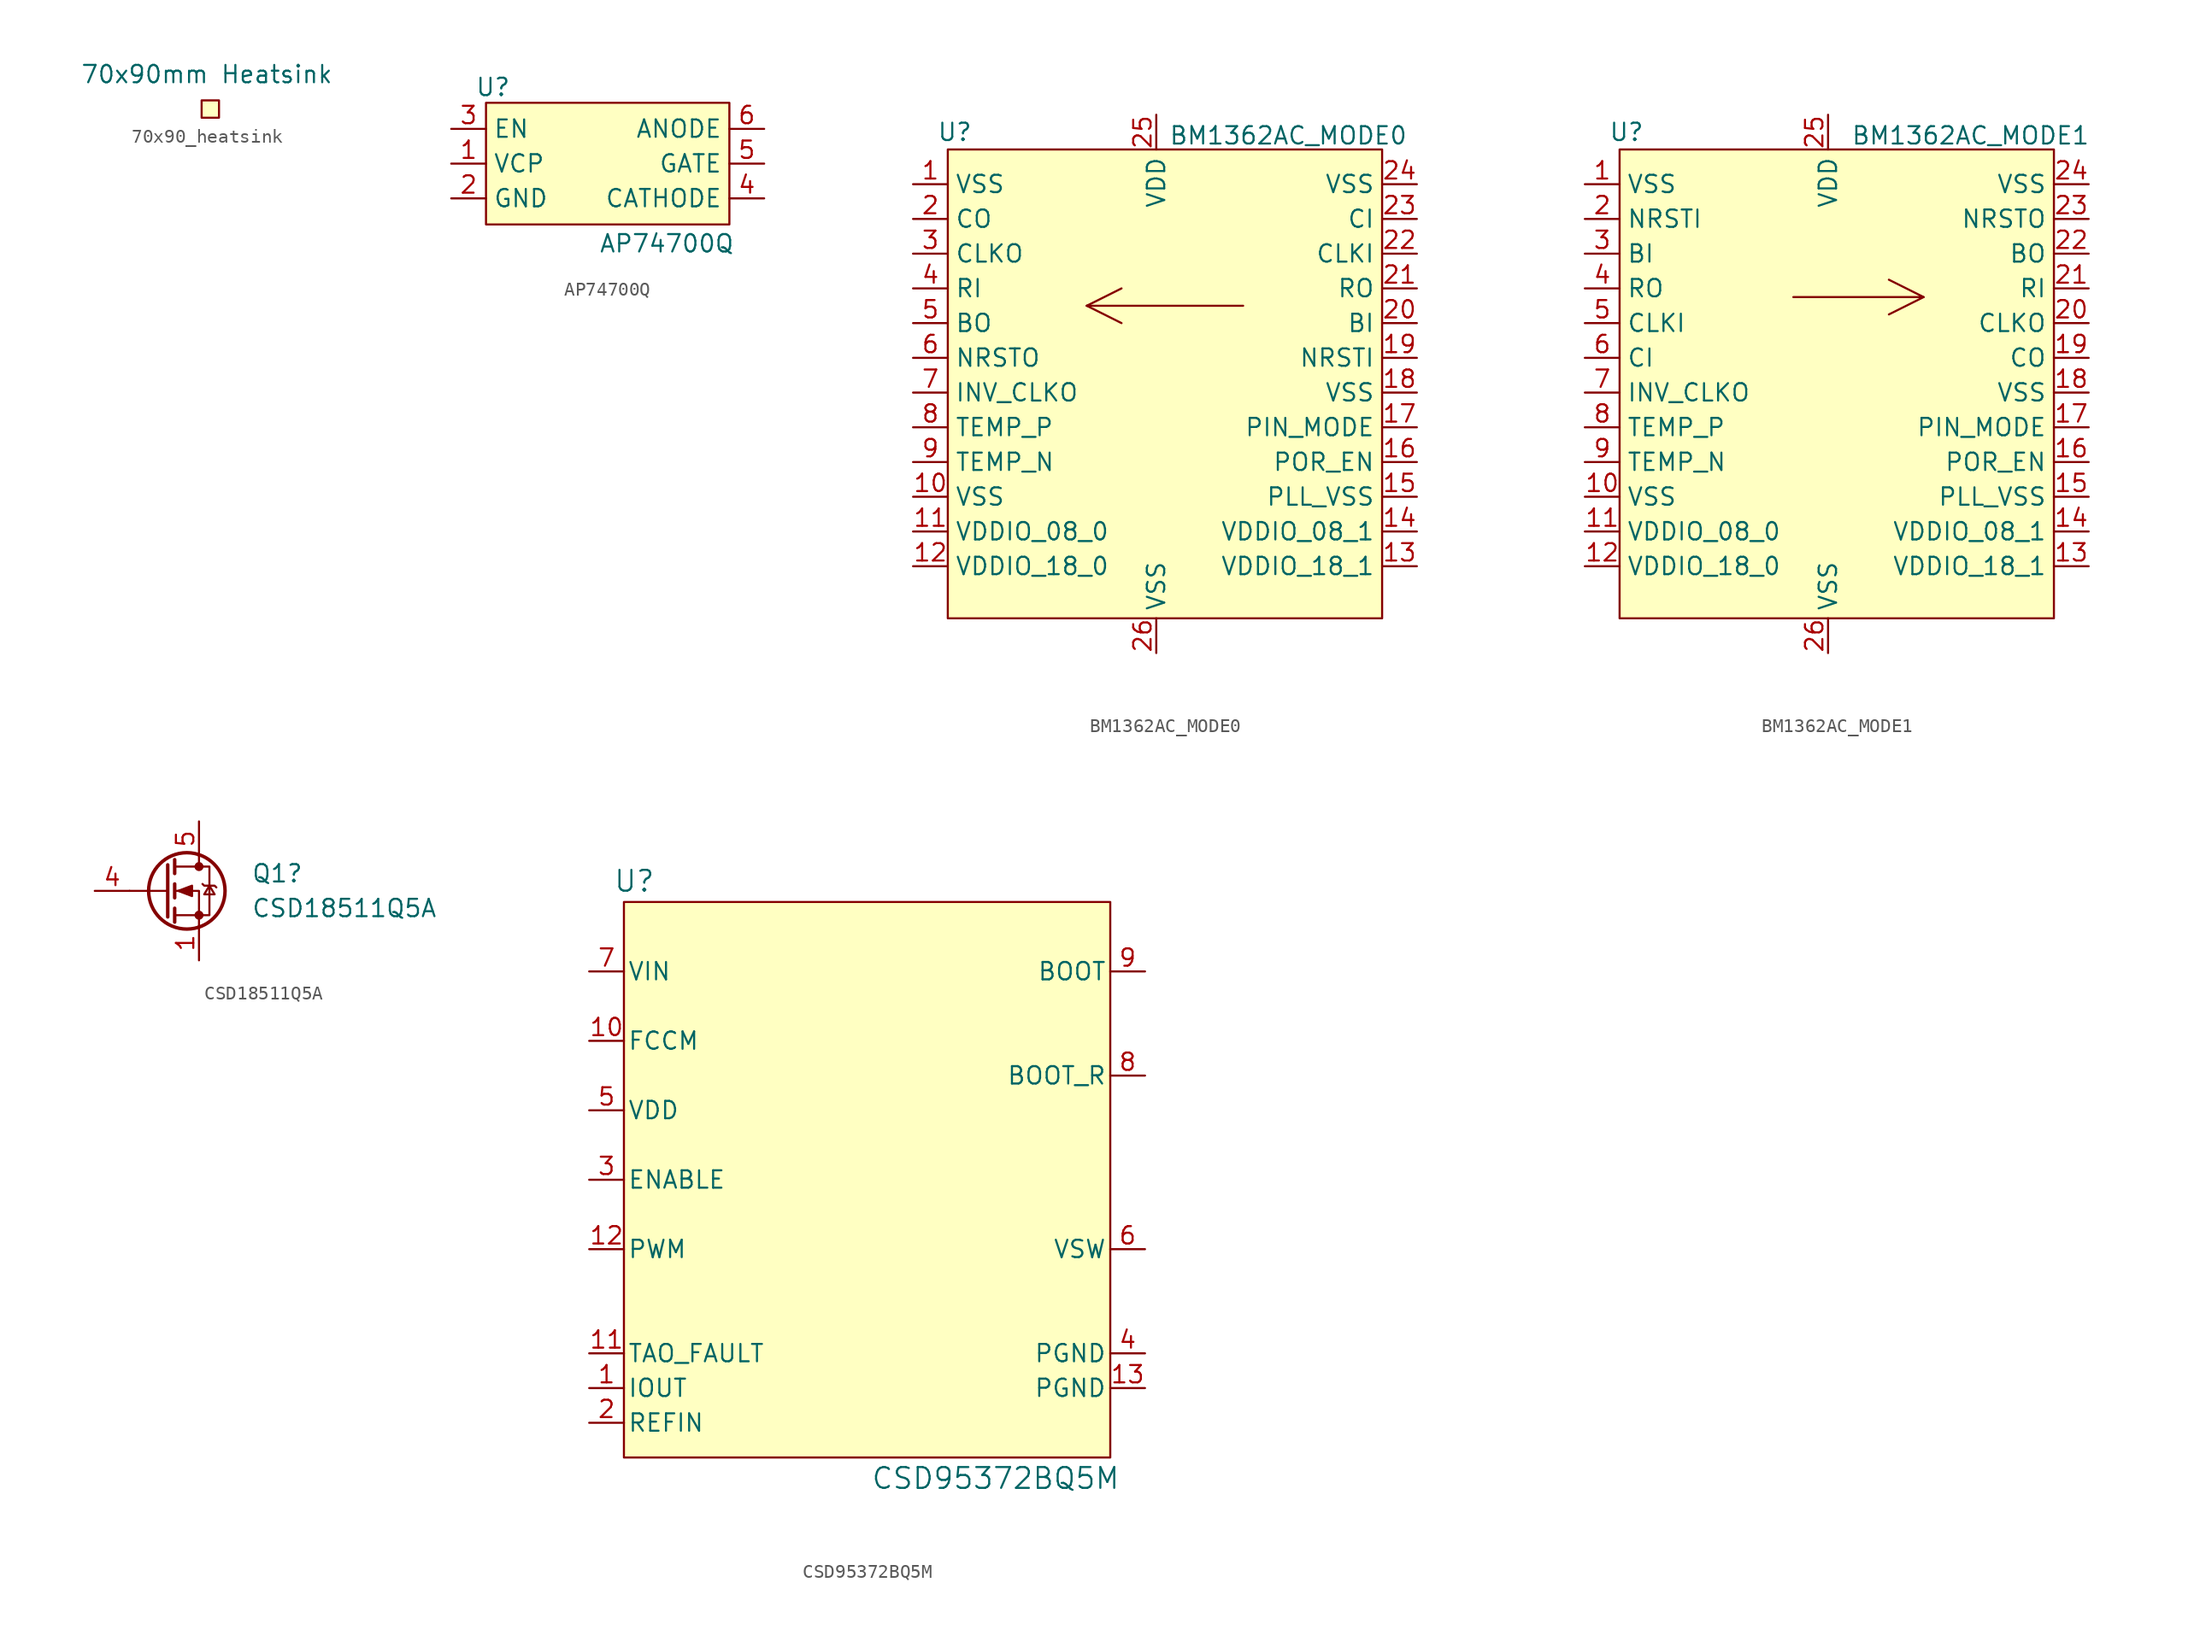
<source format=kicad_sym>
(kicad_symbol_lib
  (version 20241209)
  (generator "kicad_symbol_editor")
  (generator_version "9.0")
  (symbol "70x90_heatsink"
    (property "Reference" "U"
      (at 0 0 0)
      (effects (font (size 1.27 1.27)) (hide yes)))
    (property "Value" "70x90mm Heatsink"
      (at -0.254 2.54 0)
      (effects (font (size 1.27 1.27))))
    (symbol "70x90_heatsink_1_1"
      (rectangle (start -0.635 0.635) (end 0.635 -0.635) (stroke (width 0) (type default)) (fill (type background)))))
  (symbol "AP74700Q"
    (property "Reference" "U"
      (at -8.382 5.588 0)
      (effects (font (size 1.27 1.27))))
    (property "Value" "AP74700Q"
      (at 4.318 -5.842 0)
      (effects (font (size 1.27 1.27))))
    (symbol "AP74700Q_0_0"
      (pin unspecified line (at -11.43 2.54 0) (length 2.54) (name "EN" (effects (font (size 1.27 1.27)))) (number "3" (effects (font (size 1.27 1.27)))))
      (pin unspecified line (at -11.43 0 0) (length 2.54) (name "VCP" (effects (font (size 1.27 1.27)))) (number "1" (effects (font (size 1.27 1.27)))))
      (pin unspecified line (at -11.43 -2.54 0) (length 2.54) (name "GND" (effects (font (size 1.27 1.27)))) (number "2" (effects (font (size 1.27 1.27)))))
      (pin unspecified line (at 11.43 2.54 180) (length 2.54) (name "ANODE" (effects (font (size 1.27 1.27)))) (number "6" (effects (font (size 1.27 1.27)))))
      (pin unspecified line (at 11.43 0 180) (length 2.54) (name "GATE" (effects (font (size 1.27 1.27)))) (number "5" (effects (font (size 1.27 1.27)))))
      (pin unspecified line (at 11.43 -2.54 180) (length 2.54) (name "CATHODE" (effects (font (size 1.27 1.27)))) (number "4" (effects (font (size 1.27 1.27))))))
    (symbol "AP74700Q_1_1"
      (rectangle (start -8.89 4.445) (end 8.89 -4.445) (stroke (width 0) (type solid)) (fill (type background)))))
  (symbol "BM1362AC_MODE0"
    (property "Reference" "U"
      (at -14.732 17.78 0)
      (effects (font (size 1.27 1.27))))
    (property "Value" "BM1362AC_MODE0"
      (at 9.652 17.526 0)
      (effects (font (size 1.27 1.27))))
    (symbol "BM1362AC_MODE0_0_1"
      (polyline (pts (xy -5.08 5.08) (xy -2.54 6.35)) (stroke (width 0) (type default)) (fill (type none)))
      (polyline (pts (xy -5.08 5.08) (xy -2.54 3.81)) (stroke (width 0) (type default)) (fill (type none)))
      (polyline (pts (xy 6.35 5.08) (xy -5.08 5.08)) (stroke (width 0) (type default)) (fill (type none))))
    (symbol "BM1362AC_MODE0_1_0"
      (pin output line (at -17.78 11.43 0) (length 2.54) (name "CO" (effects (font (size 1.27 1.27)))) (number "2" (effects (font (size 1.27 1.27)))))
      (pin output line (at -17.78 8.89 0) (length 2.54) (name "CLKO" (effects (font (size 1.27 1.27)))) (number "3" (effects (font (size 1.27 1.27)))))
      (pin input line (at -17.78 6.35 0) (length 2.54) (name "RI" (effects (font (size 1.27 1.27)))) (number "4" (effects (font (size 1.27 1.27)))))
      (pin output line (at -17.78 3.81 0) (length 2.54) (name "BO" (effects (font (size 1.27 1.27)))) (number "5" (effects (font (size 1.27 1.27)))))
      (pin output line (at -17.78 1.27 0) (length 2.54) (name "NRSTO" (effects (font (size 1.27 1.27)))) (number "6" (effects (font (size 1.27 1.27)))))
      (pin output line (at -17.78 -1.27 0) (length 2.54) (name "INV_CLKO" (effects (font (size 1.27 1.27)))) (number "7" (effects (font (size 1.27 1.27)))))
      (pin bidirectional line (at -17.78 -3.81 0) (length 2.54) (name "TEMP_P" (effects (font (size 1.27 1.27)))) (number "8" (effects (font (size 1.27 1.27)))))
      (pin bidirectional line (at -17.78 -6.35 0) (length 2.54) (name "TEMP_N" (effects (font (size 1.27 1.27)))) (number "9" (effects (font (size 1.27 1.27)))))
      (pin unspecified line (at -17.78 -8.89 0) (length 2.54) (name "VSS" (effects (font (size 1.27 1.27)))) (number "10" (effects (font (size 1.27 1.27)))))
      (pin power_in line (at -17.78 -11.43 0) (length 2.54) (name "VDDIO_08_0" (effects (font (size 1.27 1.27)))) (number "11" (effects (font (size 1.27 1.27)))))
      (pin power_in line (at -17.78 -13.97 0) (length 2.54) (name "VDDIO_18_0" (effects (font (size 1.27 1.27)))) (number "12" (effects (font (size 1.27 1.27)))))
      (pin power_in line (at 0 19.05 270) (length 2.54) (name "VDD" (effects (font (size 1.27 1.27)))) (number "25" (effects (font (size 1.27 1.27)))))
      (pin unspecified line (at 0 -20.32 90) (length 2.54) (name "VSS" (effects (font (size 1.27 1.27)))) (number "26" (effects (font (size 1.27 1.27)))))
      (pin unspecified line (at 19.05 13.97 180) (length 2.54) (name "VSS" (effects (font (size 1.27 1.27)))) (number "24" (effects (font (size 1.27 1.27)))))
      (pin input line (at 19.05 11.43 180) (length 2.54) (name "CI" (effects (font (size 1.27 1.27)))) (number "23" (effects (font (size 1.27 1.27)))))
      (pin input line (at 19.05 8.89 180) (length 2.54) (name "CLKI" (effects (font (size 1.27 1.27)))) (number "22" (effects (font (size 1.27 1.27)))))
      (pin output line (at 19.05 6.35 180) (length 2.54) (name "RO" (effects (font (size 1.27 1.27)))) (number "21" (effects (font (size 1.27 1.27)))))
      (pin input line (at 19.05 3.81 180) (length 2.54) (name "BI" (effects (font (size 1.27 1.27)))) (number "20" (effects (font (size 1.27 1.27)))))
      (pin input line (at 19.05 1.27 180) (length 2.54) (name "NRSTI" (effects (font (size 1.27 1.27)))) (number "19" (effects (font (size 1.27 1.27)))))
      (pin unspecified line (at 19.05 -1.27 180) (length 2.54) (name "VSS" (effects (font (size 1.27 1.27)))) (number "18" (effects (font (size 1.27 1.27)))))
      (pin unspecified line (at 19.05 -3.81 180) (length 2.54) (name "PIN_MODE" (effects (font (size 1.27 1.27)))) (number "17" (effects (font (size 1.27 1.27)))))
      (pin bidirectional line (at 19.05 -6.35 180) (length 2.54) (name "POR_EN" (effects (font (size 1.27 1.27)))) (number "16" (effects (font (size 1.27 1.27)))))
      (pin bidirectional line (at 19.05 -8.89 180) (length 2.54) (name "PLL_VSS" (effects (font (size 1.27 1.27)))) (number "15" (effects (font (size 1.27 1.27)))))
      (pin power_in line (at 19.05 -11.43 180) (length 2.54) (name "VDDIO_08_1" (effects (font (size 1.27 1.27)))) (number "14" (effects (font (size 1.27 1.27)))))
      (pin power_in line (at 19.05 -13.97 180) (length 2.54) (name "VDDIO_18_1" (effects (font (size 1.27 1.27)))) (number "13" (effects (font (size 1.27 1.27))))))
    (symbol "BM1362AC_MODE0_1_1"
      (rectangle (start -15.24 16.51) (end 16.51 -17.78) (stroke (width 0) (type default)) (fill (type background)))
      (pin unspecified line (at -17.78 13.97 0) (length 2.54) (name "VSS" (effects (font (size 1.27 1.27)))) (number "1" (effects (font (size 1.27 1.27)))))))
  (symbol "BM1362AC_MODE1"
    (property "Reference" "U"
      (at -14.732 17.78 0)
      (effects (font (size 1.27 1.27))))
    (property "Value" "BM1362AC_MODE1"
      (at 10.414 17.526 0)
      (effects (font (size 1.27 1.27))))
    (symbol "BM1362AC_MODE1_0_1"
      (polyline (pts (xy -2.54 5.715) (xy 6.985 5.715) (xy 4.445 6.985)) (stroke (width 0) (type default)) (fill (type none)))
      (polyline (pts (xy 6.985 5.715) (xy 4.445 4.445)) (stroke (width 0) (type default)) (fill (type none))))
    (symbol "BM1362AC_MODE1_1_0"
      (pin input line (at -17.78 11.43 0) (length 2.54) (name "NRSTI" (effects (font (size 1.27 1.27)))) (number "2" (effects (font (size 1.27 1.27)))))
      (pin input line (at -17.78 8.89 0) (length 2.54) (name "BI" (effects (font (size 1.27 1.27)))) (number "3" (effects (font (size 1.27 1.27)))))
      (pin output line (at -17.78 6.35 0) (length 2.54) (name "RO" (effects (font (size 1.27 1.27)))) (number "4" (effects (font (size 1.27 1.27)))))
      (pin input line (at -17.78 3.81 0) (length 2.54) (name "CLKI" (effects (font (size 1.27 1.27)))) (number "5" (effects (font (size 1.27 1.27)))))
      (pin input line (at -17.78 1.27 0) (length 2.54) (name "CI" (effects (font (size 1.27 1.27)))) (number "6" (effects (font (size 1.27 1.27)))))
      (pin output line (at -17.78 -1.27 0) (length 2.54) (name "INV_CLKO" (effects (font (size 1.27 1.27)))) (number "7" (effects (font (size 1.27 1.27)))))
      (pin bidirectional line (at -17.78 -3.81 0) (length 2.54) (name "TEMP_P" (effects (font (size 1.27 1.27)))) (number "8" (effects (font (size 1.27 1.27)))))
      (pin bidirectional line (at -17.78 -6.35 0) (length 2.54) (name "TEMP_N" (effects (font (size 1.27 1.27)))) (number "9" (effects (font (size 1.27 1.27)))))
      (pin unspecified line (at -17.78 -8.89 0) (length 2.54) (name "VSS" (effects (font (size 1.27 1.27)))) (number "10" (effects (font (size 1.27 1.27)))))
      (pin power_in line (at -17.78 -11.43 0) (length 2.54) (name "VDDIO_08_0" (effects (font (size 1.27 1.27)))) (number "11" (effects (font (size 1.27 1.27)))))
      (pin power_in line (at -17.78 -13.97 0) (length 2.54) (name "VDDIO_18_0" (effects (font (size 1.27 1.27)))) (number "12" (effects (font (size 1.27 1.27)))))
      (pin power_in line (at 0 19.05 270) (length 2.54) (name "VDD" (effects (font (size 1.27 1.27)))) (number "25" (effects (font (size 1.27 1.27)))))
      (pin unspecified line (at 0 -20.32 90) (length 2.54) (name "VSS" (effects (font (size 1.27 1.27)))) (number "26" (effects (font (size 1.27 1.27)))))
      (pin unspecified line (at 19.05 13.97 180) (length 2.54) (name "VSS" (effects (font (size 1.27 1.27)))) (number "24" (effects (font (size 1.27 1.27)))))
      (pin output line (at 19.05 11.43 180) (length 2.54) (name "NRSTO" (effects (font (size 1.27 1.27)))) (number "23" (effects (font (size 1.27 1.27)))))
      (pin output line (at 19.05 8.89 180) (length 2.54) (name "BO" (effects (font (size 1.27 1.27)))) (number "22" (effects (font (size 1.27 1.27)))))
      (pin input line (at 19.05 6.35 180) (length 2.54) (name "RI" (effects (font (size 1.27 1.27)))) (number "21" (effects (font (size 1.27 1.27)))))
      (pin output line (at 19.05 3.81 180) (length 2.54) (name "CLKO" (effects (font (size 1.27 1.27)))) (number "20" (effects (font (size 1.27 1.27)))))
      (pin output line (at 19.05 1.27 180) (length 2.54) (name "CO" (effects (font (size 1.27 1.27)))) (number "19" (effects (font (size 1.27 1.27)))))
      (pin unspecified line (at 19.05 -1.27 180) (length 2.54) (name "VSS" (effects (font (size 1.27 1.27)))) (number "18" (effects (font (size 1.27 1.27)))))
      (pin unspecified line (at 19.05 -3.81 180) (length 2.54) (name "PIN_MODE" (effects (font (size 1.27 1.27)))) (number "17" (effects (font (size 1.27 1.27)))))
      (pin bidirectional line (at 19.05 -6.35 180) (length 2.54) (name "POR_EN" (effects (font (size 1.27 1.27)))) (number "16" (effects (font (size 1.27 1.27)))))
      (pin bidirectional line (at 19.05 -8.89 180) (length 2.54) (name "PLL_VSS" (effects (font (size 1.27 1.27)))) (number "15" (effects (font (size 1.27 1.27)))))
      (pin power_in line (at 19.05 -11.43 180) (length 2.54) (name "VDDIO_08_1" (effects (font (size 1.27 1.27)))) (number "14" (effects (font (size 1.27 1.27)))))
      (pin power_in line (at 19.05 -13.97 180) (length 2.54) (name "VDDIO_18_1" (effects (font (size 1.27 1.27)))) (number "13" (effects (font (size 1.27 1.27))))))
    (symbol "BM1362AC_MODE1_1_1"
      (rectangle (start -15.24 16.51) (end 16.51 -17.78) (stroke (width 0) (type default)) (fill (type background)))
      (pin unspecified line (at -17.78 13.97 0) (length 2.54) (name "VSS" (effects (font (size 1.27 1.27)))) (number "1" (effects (font (size 1.27 1.27)))))))
  (symbol "CSD18511Q5A"
    (pin_names
      (hide yes))
    (property "Reference" "Q1"
      (at 6.35 1.27 0)
      (effects (font (size 1.27 1.27)) (justify left)))
    (property "Value" "CSD18511Q5A"
      (at 6.35 -1.27 0)
      (effects (font (size 1.27 1.27)) (justify left)))
    (symbol "CSD18511Q5A_0_1"
      (polyline (pts (xy 0.254 1.905) (xy 0.254 -1.905)) (stroke (width 0.254) (type default)) (fill (type none)))
      (polyline (pts (xy 0.254 0) (xy -2.54 0)) (stroke (width 0) (type default)) (fill (type none)))
      (polyline (pts (xy 0.762 2.286) (xy 0.762 1.27)) (stroke (width 0.254) (type default)) (fill (type none)))
      (polyline (pts (xy 0.762 0.508) (xy 0.762 -0.508)) (stroke (width 0.254) (type default)) (fill (type none)))
      (polyline (pts (xy 0.762 -1.27) (xy 0.762 -2.286)) (stroke (width 0.254) (type default)) (fill (type none)))
      (polyline (pts (xy 0.762 -1.778) (xy 3.302 -1.778) (xy 3.302 1.778) (xy 0.762 1.778)) (stroke (width 0) (type default)) (fill (type none)))
      (polyline (pts (xy 1.016 0) (xy 2.032 0.381) (xy 2.032 -0.381) (xy 1.016 0)) (stroke (width 0) (type default)) (fill (type outline)))
      (circle (center 1.651 0) (radius 2.794) (stroke (width 0.254) (type default)) (fill (type none)))
      (polyline (pts (xy 2.54 2.54) (xy 2.54 1.778)) (stroke (width 0) (type default)) (fill (type none)))
      (circle (center 2.54 1.778) (radius 0.254) (stroke (width 0) (type default)) (fill (type outline)))
      (circle (center 2.54 -1.778) (radius 0.254) (stroke (width 0) (type default)) (fill (type outline)))
      (polyline (pts (xy 2.54 -2.54) (xy 2.54 0) (xy 0.762 0)) (stroke (width 0) (type default)) (fill (type none)))
      (polyline (pts (xy 2.794 0.508) (xy 2.921 0.381) (xy 3.683 0.381) (xy 3.81 0.254)) (stroke (width 0) (type default)) (fill (type none)))
      (polyline (pts (xy 3.302 0.381) (xy 2.921 -0.254) (xy 3.683 -0.254) (xy 3.302 0.381)) (stroke (width 0) (type default)) (fill (type none))))
    (symbol "CSD18511Q5A_1_1"
      (pin passive line (at -5.08 0 0) (length 2.54) (name "G" (effects (font (size 1.27 1.27)))) (number "4" (effects (font (size 1.27 1.27)))))
      (pin passive line (at 2.54 5.08 270) (length 2.54) (name "D" (effects (font (size 1.27 1.27)))) (number "5" (effects (font (size 1.27 1.27)))))
      (pin passive line (at 2.54 5.08 270) (length 2.54) (hide yes) (name "D" (effects (font (size 1.27 1.27)))) (number "6" (effects (font (size 1.27 1.27)))))
      (pin passive line (at 2.54 5.08 270) (length 2.54) (hide yes) (name "D" (effects (font (size 1.27 1.27)))) (number "7" (effects (font (size 1.27 1.27)))))
      (pin passive line (at 2.54 5.08 270) (length 2.54) (hide yes) (name "D" (effects (font (size 1.27 1.27)))) (number "8" (effects (font (size 1.27 1.27)))))
      (pin passive line (at 2.54 -5.08 90) (length 2.54) (name "S" (effects (font (size 1.27 1.27)))) (number "1" (effects (font (size 1.27 1.27)))))
      (pin passive line (at 2.54 -5.08 90) (length 2.54) (hide yes) (name "S" (effects (font (size 1.27 1.27)))) (number "2" (effects (font (size 1.27 1.27)))))
      (pin passive line (at 2.54 -5.08 90) (length 2.54) (hide yes) (name "S" (effects (font (size 1.27 1.27)))) (number "3" (effects (font (size 1.27 1.27)))))))
  (symbol "CSD95372BQ5M"
    (pin_names
      (offset 0.254))
    (property "Reference" "U"
      (at -17.018 21.844 0)
      (effects (font (size 1.524 1.524))))
    (property "Value" "CSD95372BQ5M"
      (at 9.398 -21.844 0)
      (effects (font (size 1.524 1.524))))
    (symbol "CSD95372BQ5M_0_1"
      (pin power_in line (at -20.32 15.24 0) (length 2.54) (name "VIN" (effects (font (size 1.27 1.27)))) (number "7" (effects (font (size 1.27 1.27)))))
      (pin input line (at -20.32 10.16 0) (length 2.54) (name "FCCM" (effects (font (size 1.27 1.27)))) (number "10" (effects (font (size 1.27 1.27)))))
      (pin power_in line (at -20.32 5.08 0) (length 2.54) (name "VDD" (effects (font (size 1.27 1.27)))) (number "5" (effects (font (size 1.27 1.27)))))
      (pin input line (at -20.32 0 0) (length 2.54) (name "ENABLE" (effects (font (size 1.27 1.27)))) (number "3" (effects (font (size 1.27 1.27)))))
      (pin input line (at -20.32 -5.08 0) (length 2.54) (name "PWM" (effects (font (size 1.27 1.27)))) (number "12" (effects (font (size 1.27 1.27)))))
      (pin output line (at -20.32 -12.7 0) (length 2.54) (name "TAO_FAULT" (effects (font (size 1.27 1.27)))) (number "11" (effects (font (size 1.27 1.27)))))
      (pin output line (at -20.32 -15.24 0) (length 2.54) (name "IOUT" (effects (font (size 1.27 1.27)))) (number "1" (effects (font (size 1.27 1.27)))))
      (pin input line (at -20.32 -17.78 0) (length 2.54) (name "REFIN" (effects (font (size 1.27 1.27)))) (number "2" (effects (font (size 1.27 1.27)))))
      (pin input line (at 20.32 15.24 180) (length 2.54) (name "BOOT" (effects (font (size 1.27 1.27)))) (number "9" (effects (font (size 1.27 1.27)))))
      (pin power_in line (at 20.32 7.62 180) (length 2.54) (name "BOOT_R" (effects (font (size 1.27 1.27)))) (number "8" (effects (font (size 1.27 1.27)))))
      (pin power_in line (at 20.32 -5.08 180) (length 2.54) (name "VSW" (effects (font (size 1.27 1.27)))) (number "6" (effects (font (size 1.27 1.27)))))
      (pin power_in line (at 20.32 -12.7 180) (length 2.54) (name "PGND" (effects (font (size 1.27 1.27)))) (number "4" (effects (font (size 1.27 1.27)))))
      (pin power_in line (at 20.32 -15.24 180) (length 2.54) (name "PGND" (effects (font (size 1.27 1.27)))) (number "13" (effects (font (size 1.27 1.27))))))
    (symbol "CSD95372BQ5M_1_1"
      (rectangle (start -17.78 20.32) (end 17.78 -20.32) (stroke (width 0) (type default)) (fill (type background))))))
</source>
